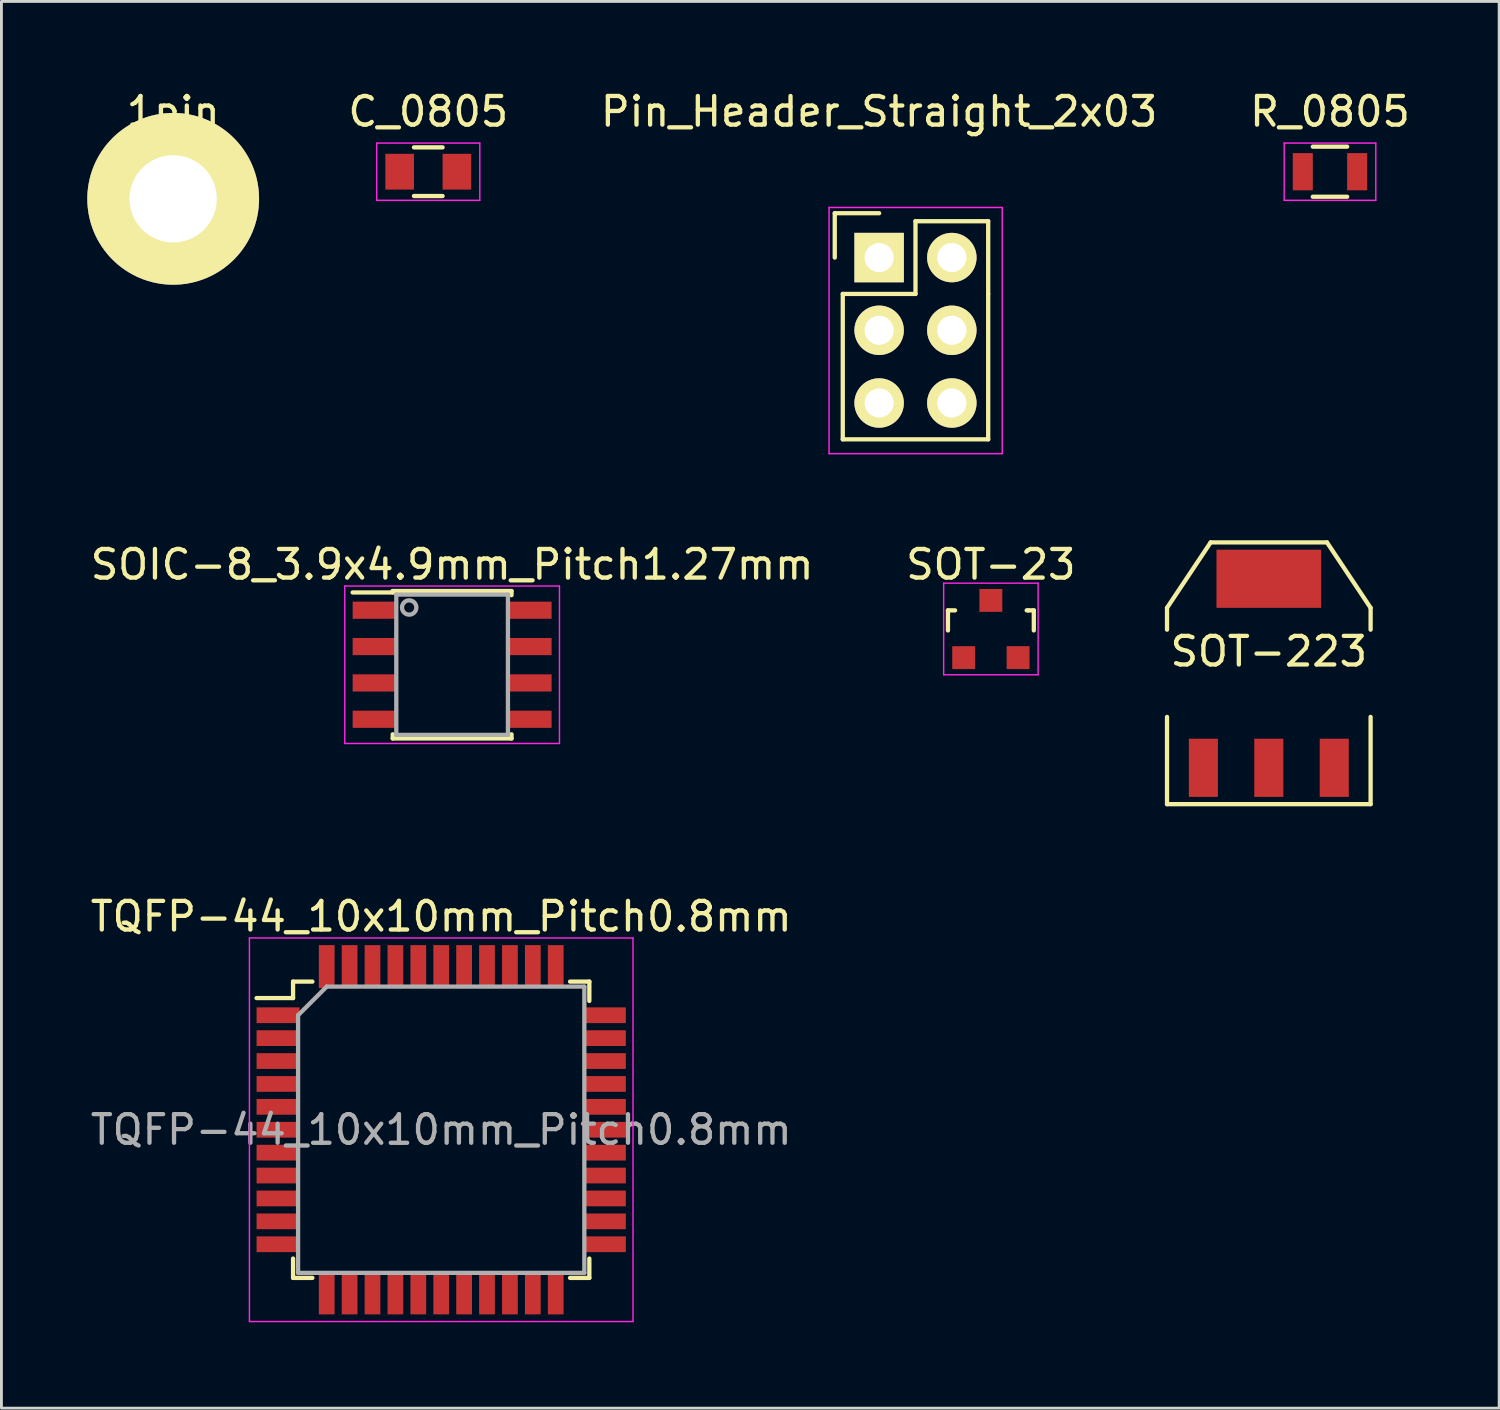
<source format=kicad_pcb>
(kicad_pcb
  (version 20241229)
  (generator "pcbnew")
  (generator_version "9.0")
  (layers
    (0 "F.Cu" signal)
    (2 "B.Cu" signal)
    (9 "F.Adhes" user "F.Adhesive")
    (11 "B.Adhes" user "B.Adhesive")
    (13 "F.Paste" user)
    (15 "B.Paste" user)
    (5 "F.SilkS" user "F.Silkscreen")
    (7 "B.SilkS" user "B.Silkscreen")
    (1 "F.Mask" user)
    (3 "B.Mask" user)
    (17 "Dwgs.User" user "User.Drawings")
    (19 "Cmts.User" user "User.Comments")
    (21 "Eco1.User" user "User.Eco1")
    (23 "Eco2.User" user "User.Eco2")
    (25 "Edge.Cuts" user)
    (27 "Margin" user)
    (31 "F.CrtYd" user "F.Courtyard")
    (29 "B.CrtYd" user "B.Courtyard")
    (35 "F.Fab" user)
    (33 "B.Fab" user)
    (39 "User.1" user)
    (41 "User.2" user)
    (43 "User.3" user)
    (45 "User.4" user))
  (footprint "SOIC-8_3.9x4.9mm_Pitch1.27mm"
    (layer "F.Cu")
    (at 12.744 20.172)
    (property "Reference" "SOIC-8_3.9x4.9mm_Pitch1.27mm" (at 0 -3.5 0) (layer "F.SilkS") (effects (font (size 1 1) (thickness 0.15))))
    (attr smd)
    (fp_line (start -2.075 -2.575) (end -2.075 -2.525) (stroke (width 0.15) (type solid)) (layer "F.SilkS"))
    (fp_line (start -2.075 -2.575) (end 2.075 -2.575) (stroke (width 0.15) (type solid)) (layer "F.SilkS"))
    (fp_line (start -2.075 -2.525) (end -3.475 -2.525) (stroke (width 0.15) (type solid)) (layer "F.SilkS"))
    (fp_line (start -2.075 2.575) (end -2.075 2.43) (stroke (width 0.15) (type solid)) (layer "F.SilkS"))
    (fp_line (start -2.075 2.575) (end 2.075 2.575) (stroke (width 0.15) (type solid)) (layer "F.SilkS"))
    (fp_line (start 2.075 -2.575) (end 2.075 -2.43) (stroke (width 0.15) (type solid)) (layer "F.SilkS"))
    (fp_line (start 2.075 2.575) (end 2.075 2.43) (stroke (width 0.15) (type solid)) (layer "F.SilkS"))
    (fp_line (start -3.75 -2.75) (end -3.75 2.75) (stroke (width 0.05) (type solid)) (layer "F.CrtYd"))
    (fp_line (start -3.75 -2.75) (end 3.75 -2.75) (stroke (width 0.05) (type solid)) (layer "F.CrtYd"))
    (fp_line (start -3.75 2.75) (end 3.75 2.75) (stroke (width 0.05) (type solid)) (layer "F.CrtYd"))
    (fp_line (start 3.75 -2.75) (end 3.75 2.75) (stroke (width 0.05) (type solid)) (layer "F.CrtYd"))
    (fp_line (start -1.95 -2.45) (end -1.95 2.45) (stroke (width 0.15) (type solid)) (layer "F.Fab"))
    (fp_line (start -1.95 2.45) (end 1.95 2.45) (stroke (width 0.15) (type solid)) (layer "F.Fab"))
    (fp_line (start 1.95 -2.45) (end -1.95 -2.45) (stroke (width 0.15) (type solid)) (layer "F.Fab"))
    (fp_line (start 1.95 2.45) (end 1.95 -2.45) (stroke (width 0.15) (type solid)) (layer "F.Fab"))
    (fp_circle (center -1.5 -2) (end -1.75 -2) (stroke (width 0.15) (type solid)) (fill no) (layer "F.Fab"))
    (pad "1" smd rect (at -2.7 -1.905) (size 1.55 0.6) (layers "F.Cu" "F.Mask" "F.Paste"))
    (pad "2" smd rect (at -2.7 -0.635) (size 1.55 0.6) (layers "F.Cu" "F.Mask" "F.Paste"))
    (pad "3" smd rect (at -2.7 0.635) (size 1.55 0.6) (layers "F.Cu" "F.Mask" "F.Paste"))
    (pad "4" smd rect (at -2.7 1.905) (size 1.55 0.6) (layers "F.Cu" "F.Mask" "F.Paste"))
    (pad "5" smd rect (at 2.7 1.905) (size 1.55 0.6) (layers "F.Cu" "F.Mask" "F.Paste"))
    (pad "6" smd rect (at 2.7 0.635) (size 1.55 0.6) (layers "F.Cu" "F.Mask" "F.Paste"))
    (pad "7" smd rect (at 2.7 -0.635) (size 1.55 0.6) (layers "F.Cu" "F.Mask" "F.Paste"))
    (pad "8" smd rect (at 2.7 -1.905) (size 1.55 0.6) (layers "F.Cu" "F.Mask" "F.Paste")))
  (footprint "C_0805"
    (layer "F.Cu")
    (at 11.911 2.948)
    (property "Reference" "C_0805" (at 0 -2.1 0) (layer "F.SilkS") (effects (font (size 1 1) (thickness 0.15))))
    (attr smd)
    (fp_line (start -0.5 0.85) (end 0.5 0.85) (stroke (width 0.15) (type solid)) (layer "F.SilkS"))
    (fp_line (start 0.5 -0.85) (end -0.5 -0.85) (stroke (width 0.15) (type solid)) (layer "F.SilkS"))
    (fp_line (start -1.8 -1) (end -1.8 1) (stroke (width 0.05) (type solid)) (layer "F.CrtYd"))
    (fp_line (start -1.8 -1) (end 1.8 -1) (stroke (width 0.05) (type solid)) (layer "F.CrtYd"))
    (fp_line (start -1.8 1) (end 1.8 1) (stroke (width 0.05) (type solid)) (layer "F.CrtYd"))
    (fp_line (start 1.8 -1) (end 1.8 1) (stroke (width 0.05) (type solid)) (layer "F.CrtYd"))
    (pad "1" smd rect (at -1 0) (size 1 1.25) (layers "F.Cu" "F.Mask" "F.Paste"))
    (pad "2" smd rect (at 1 0) (size 1 1.25) (layers "F.Cu" "F.Mask" "F.Paste")))
  (footprint "SOT-23"
    (layer "F.Cu")
    (at 31.565 18.922)
    (property "Reference" "SOT-23" (at 0 -2.25 0) (layer "F.SilkS") (effects (font (size 1 1) (thickness 0.15))))
    (attr smd)
    (fp_line (start -1.5 -0.65) (end -1.251 -0.65) (stroke (width 0.15) (type solid)) (layer "F.SilkS"))
    (fp_line (start -1.5 0.051) (end -1.5 -0.65) (stroke (width 0.15) (type solid)) (layer "F.SilkS"))
    (fp_line (start 1.299 -0.65) (end 1.251 -0.65) (stroke (width 0.15) (type solid)) (layer "F.SilkS"))
    (fp_line (start 1.299 -0.65) (end 1.5 -0.65) (stroke (width 0.15) (type solid)) (layer "F.SilkS"))
    (fp_line (start 1.5 -0.65) (end 1.5 0.051) (stroke (width 0.15) (type solid)) (layer "F.SilkS"))
    (fp_line (start -1.65 -1.6) (end 1.65 -1.6) (stroke (width 0.05) (type solid)) (layer "F.CrtYd"))
    (fp_line (start -1.65 1.6) (end -1.65 -1.6) (stroke (width 0.05) (type solid)) (layer "F.CrtYd"))
    (fp_line (start 1.65 -1.6) (end 1.65 1.6) (stroke (width 0.05) (type solid)) (layer "F.CrtYd"))
    (fp_line (start 1.65 1.6) (end -1.65 1.6) (stroke (width 0.05) (type solid)) (layer "F.CrtYd"))
    (pad "1" smd rect (at -0.95 1.001) (size 0.8 0.8) (layers "F.Cu" "F.Mask" "F.Paste"))
    (pad "2" smd rect (at 0.95 1.001) (size 0.8 0.8) (layers "F.Cu" "F.Mask" "F.Paste"))
    (pad "3" smd rect (at 0 -0.998) (size 0.8 0.8) (layers "F.Cu" "F.Mask" "F.Paste")))
  (footprint "1pin"
    (layer "F.Cu")
    (at 3 3.896)
    (property "Reference" "1pin" (at 0 -3.048 0) (layer "F.SilkS") (effects (font (size 1 1) (thickness 0.15))))
    (attr through_hole)
    (fp_circle (center 0 0) (end 0 -2.286) (stroke (width 0.15) (type solid)) (fill no) (layer "F.SilkS"))
    (pad "2" thru_hole circle (at 0 0) (size 6 6) (drill 3.048) (layers "*.Cu" "*.Mask" "F.SilkS")))
  (footprint "TQFP-44_10x10mm_Pitch0.8mm"
    (layer "F.Cu")
    (at 12.363 36.416)
    (property "Reference" "TQFP-44_10x10mm_Pitch0.8mm" (at 0 -7.45 0) (layer "F.SilkS") (effects (font (size 1 1) (thickness 0.15))))
    (attr smd)
    (fp_line (start -5.175 -5.175) (end -5.175 -4.6) (stroke (width 0.15) (type solid)) (layer "F.SilkS"))
    (fp_line (start -5.175 -5.175) (end -4.5 -5.175) (stroke (width 0.15) (type solid)) (layer "F.SilkS"))
    (fp_line (start -5.175 -4.6) (end -6.45 -4.6) (stroke (width 0.15) (type solid)) (layer "F.SilkS"))
    (fp_line (start -5.175 5.175) (end -5.175 4.5) (stroke (width 0.15) (type solid)) (layer "F.SilkS"))
    (fp_line (start -5.175 5.175) (end -4.5 5.175) (stroke (width 0.15) (type solid)) (layer "F.SilkS"))
    (fp_line (start 5.175 -5.175) (end 4.5 -5.175) (stroke (width 0.15) (type solid)) (layer "F.SilkS"))
    (fp_line (start 5.175 -5.175) (end 5.175 -4.5) (stroke (width 0.15) (type solid)) (layer "F.SilkS"))
    (fp_line (start 5.175 5.175) (end 4.5 5.175) (stroke (width 0.15) (type solid)) (layer "F.SilkS"))
    (fp_line (start 5.175 5.175) (end 5.175 4.5) (stroke (width 0.15) (type solid)) (layer "F.SilkS"))
    (fp_line (start -6.7 -6.7) (end -6.7 6.7) (stroke (width 0.05) (type solid)) (layer "F.CrtYd"))
    (fp_line (start -6.7 -6.7) (end 6.7 -6.7) (stroke (width 0.05) (type solid)) (layer "F.CrtYd"))
    (fp_line (start -6.7 6.7) (end 6.7 6.7) (stroke (width 0.05) (type solid)) (layer "F.CrtYd"))
    (fp_line (start 6.7 -6.7) (end 6.7 6.7) (stroke (width 0.05) (type solid)) (layer "F.CrtYd"))
    (fp_line (start -5 -4) (end -4 -5) (stroke (width 0.15) (type solid)) (layer "F.Fab"))
    (fp_line (start -5 5) (end -5 -4) (stroke (width 0.15) (type solid)) (layer "F.Fab"))
    (fp_line (start -4 -5) (end 5 -5) (stroke (width 0.15) (type solid)) (layer "F.Fab"))
    (fp_line (start 5 -5) (end 5 5) (stroke (width 0.15) (type solid)) (layer "F.Fab"))
    (fp_line (start 5 5) (end -5 5) (stroke (width 0.15) (type solid)) (layer "F.Fab"))
    (fp_text user "${REFERENCE}" (at 0 0 0) (layer "F.Fab") (effects (font (size 1 1) (thickness 0.15))))
    (pad "1" smd rect (at -5.7 -4) (size 1.5 0.55) (layers "F.Cu" "F.Mask" "F.Paste"))
    (pad "2" smd rect (at -5.7 -3.2) (size 1.5 0.55) (layers "F.Cu" "F.Mask" "F.Paste"))
    (pad "3" smd rect (at -5.7 -2.4) (size 1.5 0.55) (layers "F.Cu" "F.Mask" "F.Paste"))
    (pad "4" smd rect (at -5.7 -1.6) (size 1.5 0.55) (layers "F.Cu" "F.Mask" "F.Paste"))
    (pad "5" smd rect (at -5.7 -0.8) (size 1.5 0.55) (layers "F.Cu" "F.Mask" "F.Paste"))
    (pad "6" smd rect (at -5.7 0) (size 1.5 0.55) (layers "F.Cu" "F.Mask" "F.Paste"))
    (pad "7" smd rect (at -5.7 0.8) (size 1.5 0.55) (layers "F.Cu" "F.Mask" "F.Paste"))
    (pad "8" smd rect (at -5.7 1.6) (size 1.5 0.55) (layers "F.Cu" "F.Mask" "F.Paste"))
    (pad "9" smd rect (at -5.7 2.4) (size 1.5 0.55) (layers "F.Cu" "F.Mask" "F.Paste"))
    (pad "10" smd rect (at -5.7 3.2) (size 1.5 0.55) (layers "F.Cu" "F.Mask" "F.Paste"))
    (pad "11" smd rect (at -5.7 4) (size 1.5 0.55) (layers "F.Cu" "F.Mask" "F.Paste"))
    (pad "12" smd rect (at -4 5.7 90) (size 1.5 0.55) (layers "F.Cu" "F.Mask" "F.Paste"))
    (pad "13" smd rect (at -3.2 5.7 90) (size 1.5 0.55) (layers "F.Cu" "F.Mask" "F.Paste"))
    (pad "14" smd rect (at -2.4 5.7 90) (size 1.5 0.55) (layers "F.Cu" "F.Mask" "F.Paste"))
    (pad "15" smd rect (at -1.6 5.7 90) (size 1.5 0.55) (layers "F.Cu" "F.Mask" "F.Paste"))
    (pad "16" smd rect (at -0.8 5.7 90) (size 1.5 0.55) (layers "F.Cu" "F.Mask" "F.Paste"))
    (pad "17" smd rect (at 0 5.7 90) (size 1.5 0.55) (layers "F.Cu" "F.Mask" "F.Paste"))
    (pad "18" smd rect (at 0.8 5.7 90) (size 1.5 0.55) (layers "F.Cu" "F.Mask" "F.Paste"))
    (pad "19" smd rect (at 1.6 5.7 90) (size 1.5 0.55) (layers "F.Cu" "F.Mask" "F.Paste"))
    (pad "20" smd rect (at 2.4 5.7 90) (size 1.5 0.55) (layers "F.Cu" "F.Mask" "F.Paste"))
    (pad "21" smd rect (at 3.2 5.7 90) (size 1.5 0.55) (layers "F.Cu" "F.Mask" "F.Paste"))
    (pad "22" smd rect (at 4 5.7 90) (size 1.5 0.55) (layers "F.Cu" "F.Mask" "F.Paste"))
    (pad "23" smd rect (at 5.7 4) (size 1.5 0.55) (layers "F.Cu" "F.Mask" "F.Paste"))
    (pad "24" smd rect (at 5.7 3.2) (size 1.5 0.55) (layers "F.Cu" "F.Mask" "F.Paste"))
    (pad "25" smd rect (at 5.7 2.4) (size 1.5 0.55) (layers "F.Cu" "F.Mask" "F.Paste"))
    (pad "26" smd rect (at 5.7 1.6) (size 1.5 0.55) (layers "F.Cu" "F.Mask" "F.Paste"))
    (pad "27" smd rect (at 5.7 0.8) (size 1.5 0.55) (layers "F.Cu" "F.Mask" "F.Paste"))
    (pad "28" smd rect (at 5.7 0) (size 1.5 0.55) (layers "F.Cu" "F.Mask" "F.Paste"))
    (pad "29" smd rect (at 5.7 -0.8) (size 1.5 0.55) (layers "F.Cu" "F.Mask" "F.Paste"))
    (pad "30" smd rect (at 5.7 -1.6) (size 1.5 0.55) (layers "F.Cu" "F.Mask" "F.Paste"))
    (pad "31" smd rect (at 5.7 -2.4) (size 1.5 0.55) (layers "F.Cu" "F.Mask" "F.Paste"))
    (pad "32" smd rect (at 5.7 -3.2) (size 1.5 0.55) (layers "F.Cu" "F.Mask" "F.Paste"))
    (pad "33" smd rect (at 5.7 -4) (size 1.5 0.55) (layers "F.Cu" "F.Mask" "F.Paste"))
    (pad "34" smd rect (at 4 -5.7 90) (size 1.5 0.55) (layers "F.Cu" "F.Mask" "F.Paste"))
    (pad "35" smd rect (at 3.2 -5.7 90) (size 1.5 0.55) (layers "F.Cu" "F.Mask" "F.Paste"))
    (pad "36" smd rect (at 2.4 -5.7 90) (size 1.5 0.55) (layers "F.Cu" "F.Mask" "F.Paste"))
    (pad "37" smd rect (at 1.6 -5.7 90) (size 1.5 0.55) (layers "F.Cu" "F.Mask" "F.Paste"))
    (pad "38" smd rect (at 0.8 -5.7 90) (size 1.5 0.55) (layers "F.Cu" "F.Mask" "F.Paste"))
    (pad "39" smd rect (at 0 -5.7 90) (size 1.5 0.55) (layers "F.Cu" "F.Mask" "F.Paste"))
    (pad "40" smd rect (at -0.8 -5.7 90) (size 1.5 0.55) (layers "F.Cu" "F.Mask" "F.Paste"))
    (pad "41" smd rect (at -1.6 -5.7 90) (size 1.5 0.55) (layers "F.Cu" "F.Mask" "F.Paste"))
    (pad "42" smd rect (at -2.4 -5.7 90) (size 1.5 0.55) (layers "F.Cu" "F.Mask" "F.Paste"))
    (pad "43" smd rect (at -3.2 -5.7 90) (size 1.5 0.55) (layers "F.Cu" "F.Mask" "F.Paste"))
    (pad "44" smd rect (at -4 -5.7 90) (size 1.5 0.55) (layers "F.Cu" "F.Mask" "F.Paste")))
  (footprint "SOT-223"
    (layer "F.Cu")
    (at 41.274 20.47)
    (property "Reference" "SOT-223" (at 0 -0.762 0) (layer "F.SilkS") (effects (font (size 1 1) (thickness 0.15))))
    (attr smd)
    (fp_line (start -3.556 -2.286) (end -2.032 -4.572) (stroke (width 0.15) (type solid)) (layer "F.SilkS"))
    (fp_line (start -3.556 -1.524) (end -3.556 -2.286) (stroke (width 0.15) (type solid)) (layer "F.SilkS"))
    (fp_line (start -3.556 1.524) (end -3.556 4.572) (stroke (width 0.15) (type solid)) (layer "F.SilkS"))
    (fp_line (start -3.556 4.572) (end 3.556 4.572) (stroke (width 0.15) (type solid)) (layer "F.SilkS"))
    (fp_line (start -2.032 -4.572) (end 2.032 -4.572) (stroke (width 0.15) (type solid)) (layer "F.SilkS"))
    (fp_line (start 2.032 -4.572) (end 3.556 -2.286) (stroke (width 0.15) (type solid)) (layer "F.SilkS"))
    (fp_line (start 3.556 -2.286) (end 3.556 -1.524) (stroke (width 0.15) (type solid)) (layer "F.SilkS"))
    (fp_line (start 3.556 4.572) (end 3.556 1.524) (stroke (width 0.15) (type solid)) (layer "F.SilkS"))
    (pad "1" smd rect (at -2.286 3.302) (size 1.016 2.032) (layers "F.Cu" "F.Mask" "F.Paste"))
    (pad "2" smd rect (at 0 3.302) (size 1.016 2.032) (layers "F.Cu" "F.Mask" "F.Paste"))
    (pad "3" smd rect (at 2.286 3.302) (size 1.016 2.032) (layers "F.Cu" "F.Mask" "F.Paste"))
    (pad "4" smd rect (at 0 -3.302) (size 3.658 2.032) (layers "F.Cu" "F.Mask" "F.Paste")))
  (footprint "Pin_Header_Straight_2x03"
    (layer "F.Cu")
    (at 27.661 5.948)
    (property "Reference" "Pin_Header_Straight_2x03" (at 0 -5.1 0) (layer "F.SilkS") (effects (font (size 1 1) (thickness 0.15))))
    (attr through_hole)
    (fp_line (start -1.55 -1.55) (end -1.55 0) (stroke (width 0.15) (type solid)) (layer "F.SilkS"))
    (fp_line (start -1.55 -1.55) (end 0 -1.55) (stroke (width 0.15) (type solid)) (layer "F.SilkS"))
    (fp_line (start -1.27 1.27) (end -1.27 6.35) (stroke (width 0.15) (type solid)) (layer "F.SilkS"))
    (fp_line (start -1.27 6.35) (end 3.81 6.35) (stroke (width 0.15) (type solid)) (layer "F.SilkS"))
    (fp_line (start 1.27 -1.27) (end 1.27 1.27) (stroke (width 0.15) (type solid)) (layer "F.SilkS"))
    (fp_line (start 1.27 1.27) (end -1.27 1.27) (stroke (width 0.15) (type solid)) (layer "F.SilkS"))
    (fp_line (start 3.81 -1.27) (end 1.27 -1.27) (stroke (width 0.15) (type solid)) (layer "F.SilkS"))
    (fp_line (start 3.81 1.27) (end 3.81 -1.27) (stroke (width 0.15) (type solid)) (layer "F.SilkS"))
    (fp_line (start 3.81 6.35) (end 3.81 1.27) (stroke (width 0.15) (type solid)) (layer "F.SilkS"))
    (fp_line (start -1.75 -1.75) (end -1.75 6.85) (stroke (width 0.05) (type solid)) (layer "F.CrtYd"))
    (fp_line (start -1.75 -1.75) (end 4.3 -1.75) (stroke (width 0.05) (type solid)) (layer "F.CrtYd"))
    (fp_line (start -1.75 6.85) (end 4.3 6.85) (stroke (width 0.05) (type solid)) (layer "F.CrtYd"))
    (fp_line (start 4.3 -1.75) (end 4.3 6.85) (stroke (width 0.05) (type solid)) (layer "F.CrtYd"))
    (pad "1" thru_hole rect (at 0 0) (size 1.727 1.727) (drill 1.016) (layers "*.Cu" "*.Mask" "F.SilkS"))
    (pad "2" thru_hole oval (at 2.54 0) (size 1.727 1.727) (drill 1.016) (layers "*.Cu" "*.Mask" "F.SilkS"))
    (pad "3" thru_hole oval (at 0 2.54) (size 1.727 1.727) (drill 1.016) (layers "*.Cu" "*.Mask" "F.SilkS"))
    (pad "4" thru_hole oval (at 2.54 2.54) (size 1.727 1.727) (drill 1.016) (layers "*.Cu" "*.Mask" "F.SilkS"))
    (pad "5" thru_hole oval (at 0 5.08) (size 1.727 1.727) (drill 1.016) (layers "*.Cu" "*.Mask" "F.SilkS"))
    (pad "6" thru_hole oval (at 2.54 5.08) (size 1.727 1.727) (drill 1.016) (layers "*.Cu" "*.Mask" "F.SilkS")))
  (footprint "R_0805"
    (layer "F.Cu")
    (at 43.411 2.948)
    (property "Reference" "R_0805" (at 0 -2.1 0) (layer "F.SilkS") (effects (font (size 1 1) (thickness 0.15))))
    (attr smd)
    (fp_line (start -0.6 -0.875) (end 0.6 -0.875) (stroke (width 0.15) (type solid)) (layer "F.SilkS"))
    (fp_line (start 0.6 0.875) (end -0.6 0.875) (stroke (width 0.15) (type solid)) (layer "F.SilkS"))
    (fp_line (start -1.6 -1) (end -1.6 1) (stroke (width 0.05) (type solid)) (layer "F.CrtYd"))
    (fp_line (start -1.6 -1) (end 1.6 -1) (stroke (width 0.05) (type solid)) (layer "F.CrtYd"))
    (fp_line (start -1.6 1) (end 1.6 1) (stroke (width 0.05) (type solid)) (layer "F.CrtYd"))
    (fp_line (start 1.6 -1) (end 1.6 1) (stroke (width 0.05) (type solid)) (layer "F.CrtYd"))
    (pad "1" smd rect (at -0.95 0) (size 0.7 1.3) (layers "F.Cu" "F.Mask" "F.Paste"))
    (pad "2" smd rect (at 0.95 0) (size 0.7 1.3) (layers "F.Cu" "F.Mask" "F.Paste")))
  (gr_rect
    (start -3 -3)
    (end 49.321 46.141)
    (stroke (width 0.1) (type default))
    (fill no)
    (layer "Edge.Cuts")))
</source>
